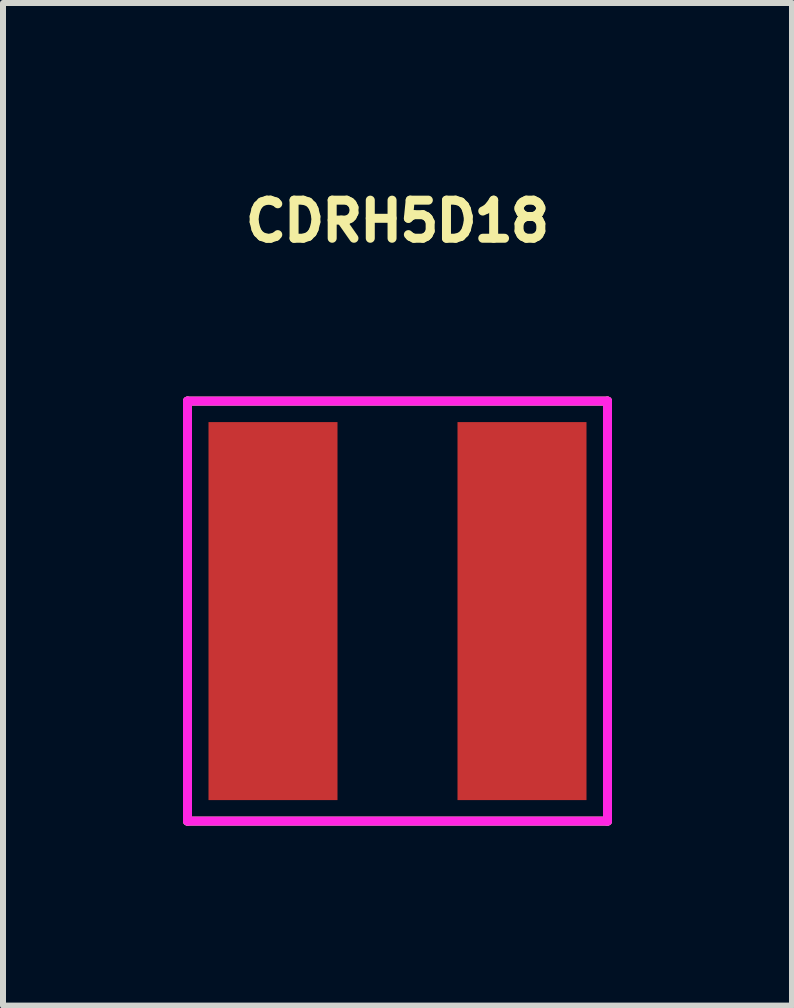
<source format=kicad_pcb>
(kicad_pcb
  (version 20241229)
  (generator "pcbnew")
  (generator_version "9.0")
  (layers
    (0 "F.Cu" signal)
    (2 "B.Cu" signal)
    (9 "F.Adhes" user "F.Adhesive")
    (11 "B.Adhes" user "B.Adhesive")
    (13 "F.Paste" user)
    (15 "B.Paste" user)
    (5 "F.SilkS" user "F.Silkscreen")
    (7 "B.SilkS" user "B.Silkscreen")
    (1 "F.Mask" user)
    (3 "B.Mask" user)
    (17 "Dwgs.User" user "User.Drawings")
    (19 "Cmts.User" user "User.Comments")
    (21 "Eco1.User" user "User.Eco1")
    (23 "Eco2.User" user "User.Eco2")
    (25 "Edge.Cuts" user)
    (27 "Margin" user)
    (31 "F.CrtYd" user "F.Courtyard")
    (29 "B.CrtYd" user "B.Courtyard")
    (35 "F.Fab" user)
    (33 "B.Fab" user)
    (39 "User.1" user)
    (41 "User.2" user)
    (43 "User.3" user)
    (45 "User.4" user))
  (footprint "CDRH5D18"
    (layer "F.Cu")
    (at 3.575 7.135)
    (property "Reference" "CDRH5D18" (at 0 -6.5 0) (layer "F.SilkS") (effects (font (size 0.635 0.635) (thickness 0.15))))
    (attr through_hole)
    (fp_line (start -3.5 -3.5) (end 3.5 -3.5) (stroke (width 0.15) (type solid)) (layer "F.SilkS"))
    (fp_line (start -3.5 3.5) (end -3.5 -3.5) (stroke (width 0.15) (type solid)) (layer "F.SilkS"))
    (fp_line (start 3.5 -3.5) (end 3.5 3.5) (stroke (width 0.15) (type solid)) (layer "F.SilkS"))
    (fp_line (start 3.5 3.5) (end -3.5 3.5) (stroke (width 0.15) (type solid)) (layer "F.SilkS"))
    (fp_line (start -3.5 -3.5) (end 3.5 -3.5) (stroke (width 0.15) (type solid)) (layer "F.CrtYd"))
    (fp_line (start -3.5 3.5) (end -3.5 -3.5) (stroke (width 0.15) (type solid)) (layer "F.CrtYd"))
    (fp_line (start 3.5 -3.5) (end 3.5 3.5) (stroke (width 0.15) (type solid)) (layer "F.CrtYd"))
    (fp_line (start 3.5 3.5) (end -3.5 3.5) (stroke (width 0.15) (type solid)) (layer "F.CrtYd"))
    (pad "1" smd rect (at -2.075 0) (size 2.15 6.3) (layers "F.Cu" "F.Mask" "F.Paste"))
    (pad "2" smd rect (at 2.075 0) (size 2.15 6.3) (layers "F.Cu" "F.Mask" "F.Paste")))
  (gr_rect
    (start -3 -3)
    (end 10.15 13.71)
    (stroke (width 0.1) (type default))
    (fill no)
    (layer "Edge.Cuts")))
</source>
